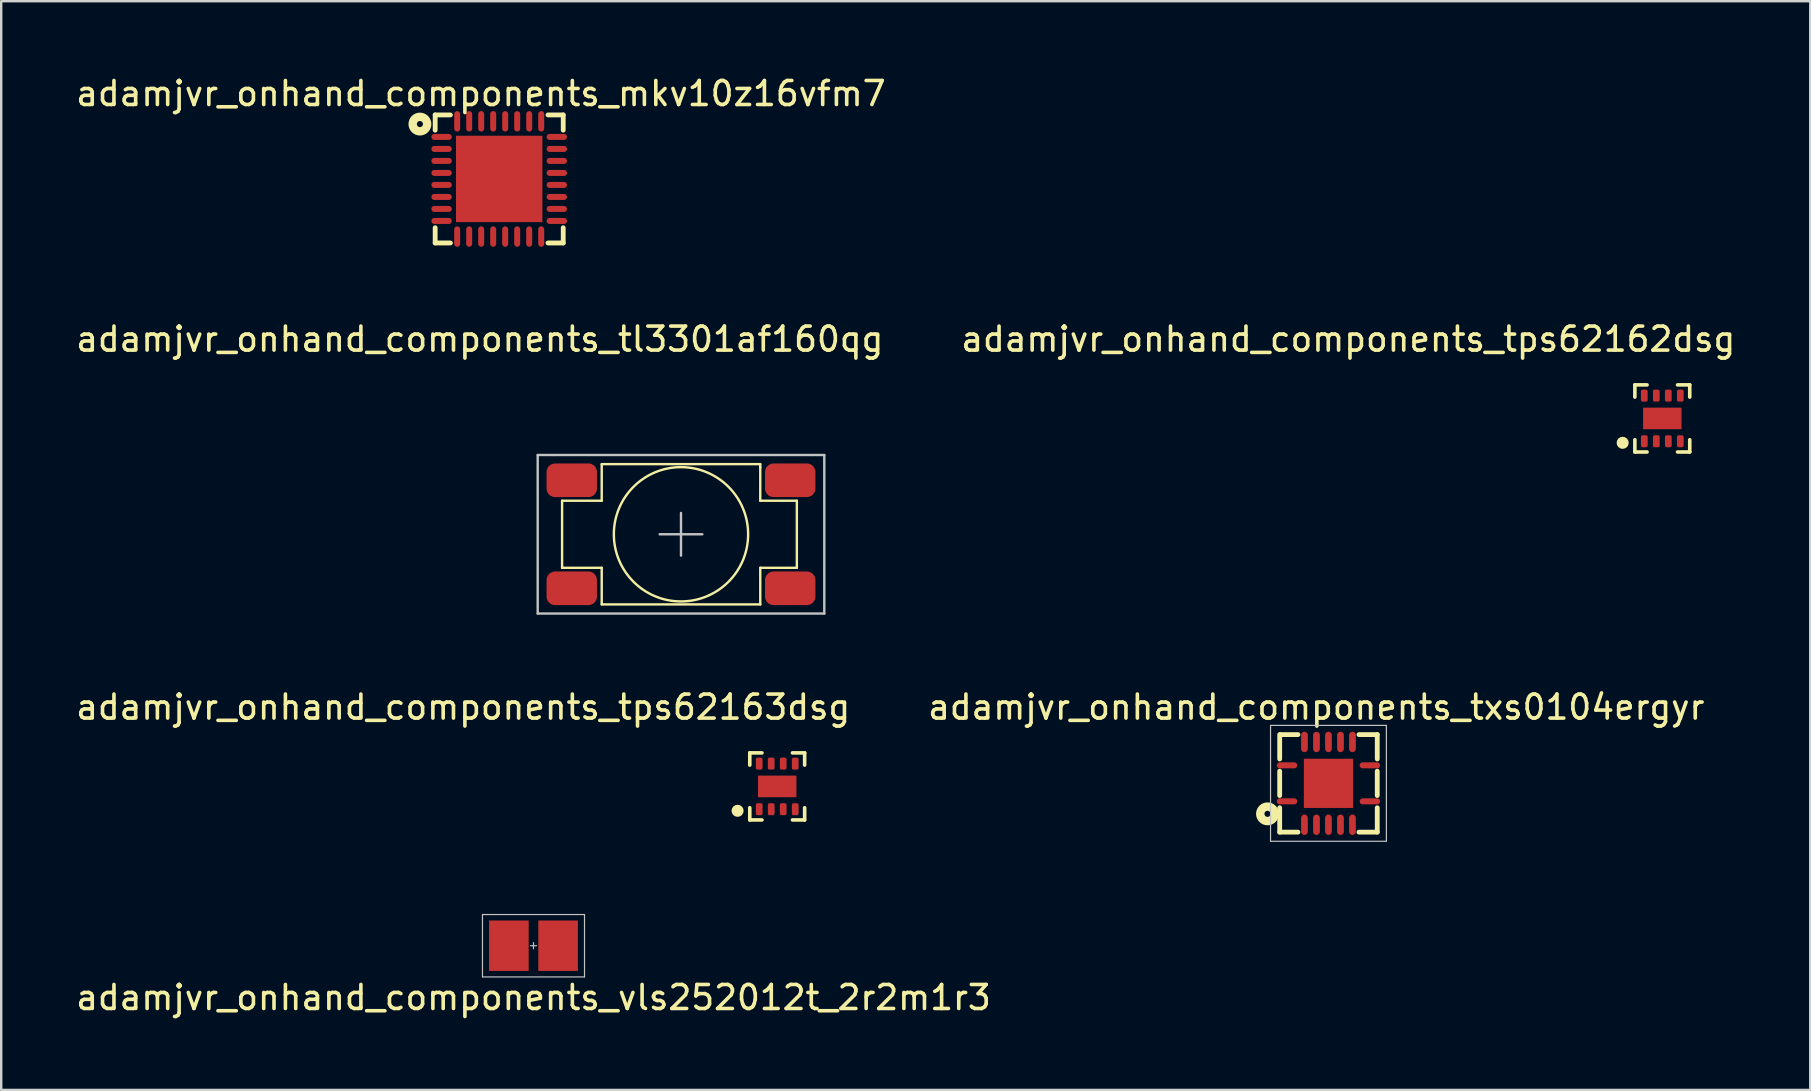
<source format=kicad_pcb>
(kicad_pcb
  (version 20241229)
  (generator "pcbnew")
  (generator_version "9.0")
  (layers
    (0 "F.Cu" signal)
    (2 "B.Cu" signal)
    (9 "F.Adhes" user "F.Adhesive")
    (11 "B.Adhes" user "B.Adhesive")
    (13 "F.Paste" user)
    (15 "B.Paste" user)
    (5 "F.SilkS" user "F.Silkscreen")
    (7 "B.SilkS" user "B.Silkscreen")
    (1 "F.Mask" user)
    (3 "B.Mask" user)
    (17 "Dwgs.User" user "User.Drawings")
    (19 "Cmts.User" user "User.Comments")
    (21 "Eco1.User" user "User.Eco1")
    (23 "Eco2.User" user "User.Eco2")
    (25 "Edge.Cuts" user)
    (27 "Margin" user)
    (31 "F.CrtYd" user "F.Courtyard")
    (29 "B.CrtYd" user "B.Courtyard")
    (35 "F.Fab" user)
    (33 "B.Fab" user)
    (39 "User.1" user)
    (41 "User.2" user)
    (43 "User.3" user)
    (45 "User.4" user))
  (footprint "adamjvr_onhand_components_tl3301af160qg"
    (layer "F.Cu")
    (at 25.317 19.206)
    (property "Reference" "adamjvr_onhand_components_tl3301af160qg" (at -8.382 -8.128 0) (layer "F.SilkS") (effects (font (size 1 1) (thickness 0.15))))
    (attr through_hole)
    (fp_line (start -4.953 -1.397) (end -4.953 1.397) (stroke (width 0.1) (type solid)) (layer "F.SilkS"))
    (fp_line (start -4.953 1.397) (end -3.302 1.397) (stroke (width 0.1) (type solid)) (layer "F.SilkS"))
    (fp_line (start -3.302 -2.921) (end -3.302 -1.397) (stroke (width 0.1) (type solid)) (layer "F.SilkS"))
    (fp_line (start -3.302 -1.397) (end -4.953 -1.397) (stroke (width 0.1) (type solid)) (layer "F.SilkS"))
    (fp_line (start -3.302 1.397) (end -3.302 2.921) (stroke (width 0.1) (type solid)) (layer "F.SilkS"))
    (fp_line (start -3.302 2.921) (end 3.302 2.921) (stroke (width 0.1) (type solid)) (layer "F.SilkS"))
    (fp_line (start 3.302 -2.921) (end -3.302 -2.921) (stroke (width 0.1) (type solid)) (layer "F.SilkS"))
    (fp_line (start 3.302 -2.794) (end 3.302 -2.921) (stroke (width 0.1) (type solid)) (layer "F.SilkS"))
    (fp_line (start 3.302 -1.397) (end 3.302 -2.794) (stroke (width 0.1) (type solid)) (layer "F.SilkS"))
    (fp_line (start 3.302 1.397) (end 4.826 1.397) (stroke (width 0.1) (type solid)) (layer "F.SilkS"))
    (fp_line (start 3.302 2.921) (end 3.302 1.397) (stroke (width 0.1) (type solid)) (layer "F.SilkS"))
    (fp_line (start 4.826 -1.397) (end 3.302 -1.397) (stroke (width 0.1) (type solid)) (layer "F.SilkS"))
    (fp_line (start 4.826 1.397) (end 4.826 -1.397) (stroke (width 0.1) (type solid)) (layer "F.SilkS"))
    (fp_circle (center 0 0) (end 2.159 1.778) (stroke (width 0.1) (type solid)) (fill no) (layer "F.SilkS"))
    (fp_line (start -5.969 -3.302) (end 5.969 -3.302) (stroke (width 0.1) (type solid)) (layer "Dwgs.User"))
    (fp_line (start -5.969 3.302) (end -5.969 -3.302) (stroke (width 0.1) (type solid)) (layer "Dwgs.User"))
    (fp_line (start 0 -0.889) (end 0 0.889) (stroke (width 0.1) (type solid)) (layer "Dwgs.User"))
    (fp_line (start 0.889 0) (end -0.889 0) (stroke (width 0.1) (type solid)) (layer "Dwgs.User"))
    (fp_line (start 5.969 -3.302) (end 5.969 3.302) (stroke (width 0.1) (type solid)) (layer "Dwgs.User"))
    (fp_line (start 5.969 3.302) (end -5.969 3.302) (stroke (width 0.1) (type solid)) (layer "Dwgs.User"))
    (pad "1" smd roundrect (at -4.55 -2.25) (size 2.1 1.4) (layers "F.Cu" "F.Mask" "F.Paste") (roundrect_rratio 0.25))
    (pad "1" smd roundrect (at 4.55 -2.25) (size 2.1 1.4) (layers "F.Cu" "F.Mask" "F.Paste") (roundrect_rratio 0.25))
    (pad "2" smd roundrect (at -4.55 2.25) (size 2.1 1.4) (layers "F.Cu" "F.Mask" "F.Paste") (roundrect_rratio 0.25))
    (pad "2" smd roundrect (at 4.55 2.25) (size 2.1 1.4) (layers "F.Cu" "F.Mask" "F.Paste") (roundrect_rratio 0.25)))
  (footprint "adamjvr_onhand_components_tps62162dsg"
    (layer "F.Cu")
    (at 66.194 14.38)
    (property "Reference" "adamjvr_onhand_components_tps62162dsg" (at -13.081 -3.302 0) (layer "F.SilkS") (effects (font (size 1 1) (thickness 0.15))))
    (attr through_hole)
    (fp_line (start -1.143 -1.397) (end -1.143 -0.889) (stroke (width 0.15) (type solid)) (layer "F.SilkS"))
    (fp_line (start -1.143 1.397) (end -1.143 0.889) (stroke (width 0.15) (type solid)) (layer "F.SilkS"))
    (fp_line (start -0.635 -1.397) (end -1.143 -1.397) (stroke (width 0.15) (type solid)) (layer "F.SilkS"))
    (fp_line (start -0.635 1.397) (end -1.143 1.397) (stroke (width 0.15) (type solid)) (layer "F.SilkS"))
    (fp_line (start 0.635 -1.397) (end 1.143 -1.397) (stroke (width 0.15) (type solid)) (layer "F.SilkS"))
    (fp_line (start 1.143 -1.397) (end 1.143 -0.889) (stroke (width 0.15) (type solid)) (layer "F.SilkS"))
    (fp_line (start 1.143 0.889) (end 1.143 1.397) (stroke (width 0.15) (type solid)) (layer "F.SilkS"))
    (fp_line (start 1.143 1.397) (end 0.635 1.397) (stroke (width 0.15) (type solid)) (layer "F.SilkS"))
    (fp_circle (center -1.651 1.016) (end -1.524 1.016) (stroke (width 0.25) (type solid)) (fill no) (layer "F.SilkS"))
    (fp_line (start -1 -1) (end -1 1) (stroke (width 0.05) (type solid)) (layer "Eco1.User"))
    (fp_line (start -1 1) (end 1 1) (stroke (width 0.05) (type solid)) (layer "Eco1.User"))
    (fp_line (start 1 -1) (end -1 -1) (stroke (width 0.05) (type solid)) (layer "Eco1.User"))
    (fp_line (start 1 1) (end 1 -1) (stroke (width 0.05) (type solid)) (layer "Eco1.User"))
    (pad "1" smd roundrect (at -0.75 0.95) (size 0.28 0.5) (layers "F.Cu" "F.Mask" "F.Paste") (roundrect_rratio 0.25))
    (pad "2" smd roundrect (at -0.25 0.95) (size 0.28 0.5) (layers "F.Cu" "F.Mask" "F.Paste") (roundrect_rratio 0.25))
    (pad "3" smd roundrect (at 0.25 0.95) (size 0.28 0.5) (layers "F.Cu" "F.Mask" "F.Paste") (roundrect_rratio 0.25))
    (pad "4" smd roundrect (at 0.75 0.95) (size 0.28 0.5) (layers "F.Cu" "F.Mask" "F.Paste") (roundrect_rratio 0.25))
    (pad "5" smd roundrect (at 0.75 -0.95) (size 0.28 0.5) (layers "F.Cu" "F.Mask" "F.Paste") (roundrect_rratio 0.25))
    (pad "6" smd roundrect (at 0.25 -0.95) (size 0.28 0.5) (layers "F.Cu" "F.Mask" "F.Paste") (roundrect_rratio 0.25))
    (pad "7" smd roundrect (at -0.25 -0.95) (size 0.28 0.5) (layers "F.Cu" "F.Mask" "F.Paste") (roundrect_rratio 0.25))
    (pad "8" smd roundrect (at -0.75 -0.95) (size 0.28 0.5) (layers "F.Cu" "F.Mask" "F.Paste") (roundrect_rratio 0.25))
    (pad "9" smd rect (at 0 0) (size 1.6 0.9) (layers "F.Cu" "F.Mask" "F.Paste")))
  (footprint "adamjvr_onhand_components_tps62163dsg"
    (layer "F.Cu")
    (at 29.325 29.708)
    (property "Reference" "adamjvr_onhand_components_tps62163dsg" (at -13.081 -3.302 0) (layer "F.SilkS") (effects (font (size 1 1) (thickness 0.15))))
    (attr through_hole)
    (fp_line (start -1.143 -1.397) (end -1.143 -0.889) (stroke (width 0.15) (type solid)) (layer "F.SilkS"))
    (fp_line (start -1.143 1.397) (end -1.143 0.889) (stroke (width 0.15) (type solid)) (layer "F.SilkS"))
    (fp_line (start -0.635 -1.397) (end -1.143 -1.397) (stroke (width 0.15) (type solid)) (layer "F.SilkS"))
    (fp_line (start -0.635 1.397) (end -1.143 1.397) (stroke (width 0.15) (type solid)) (layer "F.SilkS"))
    (fp_line (start 0.635 -1.397) (end 1.143 -1.397) (stroke (width 0.15) (type solid)) (layer "F.SilkS"))
    (fp_line (start 1.143 -1.397) (end 1.143 -0.889) (stroke (width 0.15) (type solid)) (layer "F.SilkS"))
    (fp_line (start 1.143 0.889) (end 1.143 1.397) (stroke (width 0.15) (type solid)) (layer "F.SilkS"))
    (fp_line (start 1.143 1.397) (end 0.635 1.397) (stroke (width 0.15) (type solid)) (layer "F.SilkS"))
    (fp_circle (center -1.651 1.016) (end -1.524 1.016) (stroke (width 0.25) (type solid)) (fill no) (layer "F.SilkS"))
    (fp_line (start -1 -1) (end -1 1) (stroke (width 0.05) (type solid)) (layer "Eco1.User"))
    (fp_line (start -1 1) (end 1 1) (stroke (width 0.05) (type solid)) (layer "Eco1.User"))
    (fp_line (start 1 -1) (end -1 -1) (stroke (width 0.05) (type solid)) (layer "Eco1.User"))
    (fp_line (start 1 1) (end 1 -1) (stroke (width 0.05) (type solid)) (layer "Eco1.User"))
    (pad "1" smd roundrect (at -0.75 0.95) (size 0.28 0.5) (layers "F.Cu" "F.Mask" "F.Paste") (roundrect_rratio 0.25))
    (pad "2" smd roundrect (at -0.25 0.95) (size 0.28 0.5) (layers "F.Cu" "F.Mask" "F.Paste") (roundrect_rratio 0.25))
    (pad "3" smd roundrect (at 0.25 0.95) (size 0.28 0.5) (layers "F.Cu" "F.Mask" "F.Paste") (roundrect_rratio 0.25))
    (pad "4" smd roundrect (at 0.75 0.95) (size 0.28 0.5) (layers "F.Cu" "F.Mask" "F.Paste") (roundrect_rratio 0.25))
    (pad "5" smd roundrect (at 0.75 -0.95) (size 0.28 0.5) (layers "F.Cu" "F.Mask" "F.Paste") (roundrect_rratio 0.25))
    (pad "6" smd roundrect (at 0.25 -0.95) (size 0.28 0.5) (layers "F.Cu" "F.Mask" "F.Paste") (roundrect_rratio 0.25))
    (pad "7" smd roundrect (at -0.25 -0.95) (size 0.28 0.5) (layers "F.Cu" "F.Mask" "F.Paste") (roundrect_rratio 0.25))
    (pad "8" smd roundrect (at -0.75 -0.95) (size 0.28 0.5) (layers "F.Cu" "F.Mask" "F.Paste") (roundrect_rratio 0.25))
    (pad "9" smd rect (at 0 0) (size 1.6 0.9) (layers "F.Cu" "F.Mask" "F.Paste")))
  (footprint "adamjvr_onhand_components_vls252012t_2r2m1r3"
    (layer "F.Cu")
    (at 19.173 36.344)
    (property "Reference" "adamjvr_onhand_components_vls252012t_2r2m1r3" (at 0 2.159 0) (layer "F.SilkS") (effects (font (size 1 1) (thickness 0.15))))
    (attr through_hole)
    (fp_line (start -2.125 -1.3) (end -2.125 1.3) (stroke (width 0.05) (type solid)) (layer "Dwgs.User"))
    (fp_line (start -2.125 1.3) (end 2.125 1.3) (stroke (width 0.05) (type solid)) (layer "Dwgs.User"))
    (fp_line (start 0 -0.127) (end 0 0.127) (stroke (width 0.05) (type solid)) (layer "Dwgs.User"))
    (fp_line (start 0.127 0) (end -0.127 0) (stroke (width 0.05) (type solid)) (layer "Dwgs.User"))
    (fp_line (start 2.125 -1.3) (end -2.125 -1.3) (stroke (width 0.05) (type solid)) (layer "Dwgs.User"))
    (fp_line (start 2.125 1.3) (end 2.125 -1.3) (stroke (width 0.05) (type solid)) (layer "Dwgs.User"))
    (fp_line (start -1.3 -1.05) (end 1.3 -1.05) (stroke (width 0.05) (type solid)) (layer "Eco1.User"))
    (fp_line (start -1.3 1.05) (end -1.3 -1.05) (stroke (width 0.05) (type solid)) (layer "Eco1.User"))
    (fp_line (start 1.3 -1.05) (end 1.3 1.05) (stroke (width 0.05) (type solid)) (layer "Eco1.User"))
    (fp_line (start 1.3 1.05) (end -1.3 1.05) (stroke (width 0.05) (type solid)) (layer "Eco1.User"))
    (pad "1" smd rect (at -1.025 0) (size 1.65 2.1) (layers "F.Cu" "F.Mask" "F.Paste"))
    (pad "2" smd rect (at 1.025 0) (size 1.65 2.1) (layers "F.Cu" "F.Mask" "F.Paste")))
  (footprint "adamjvr_onhand_components_mkv10z16vfm7"
    (layer "F.Cu")
    (at 17.744 4.404)
    (property "Reference" "adamjvr_onhand_components_mkv10z16vfm7" (at -0.762 -3.556 0) (layer "F.SilkS") (effects (font (size 1 1) (thickness 0.15))))
    (attr through_hole)
    (fp_line (start -2.667 -2.667) (end -2.032 -2.667) (stroke (width 0.2) (type solid)) (layer "F.SilkS"))
    (fp_line (start -2.667 -2.032) (end -2.667 -2.667) (stroke (width 0.2) (type solid)) (layer "F.SilkS"))
    (fp_line (start -2.667 2.667) (end -2.667 2.032) (stroke (width 0.2) (type solid)) (layer "F.SilkS"))
    (fp_line (start -2.032 2.667) (end -2.667 2.667) (stroke (width 0.2) (type solid)) (layer "F.SilkS"))
    (fp_line (start 2.032 -2.667) (end 2.667 -2.667) (stroke (width 0.2) (type solid)) (layer "F.SilkS"))
    (fp_line (start 2.667 -2.667) (end 2.667 -2.032) (stroke (width 0.2) (type solid)) (layer "F.SilkS"))
    (fp_line (start 2.667 2.032) (end 2.667 2.667) (stroke (width 0.2) (type solid)) (layer "F.SilkS"))
    (fp_line (start 2.667 2.667) (end 2.032 2.667) (stroke (width 0.2) (type solid)) (layer "F.SilkS"))
    (fp_circle (center -3.302 -2.286) (end -3.302 -2.159) (stroke (width 0.35) (type solid)) (fill no) (layer "F.SilkS"))
    (fp_line (start -2.5 -2.5) (end 2.5 -2.5) (stroke (width 0.05) (type solid)) (layer "Eco1.User"))
    (fp_line (start -2.5 2.5) (end -2.5 -2.5) (stroke (width 0.05) (type solid)) (layer "Eco1.User"))
    (fp_line (start 2.5 -2.5) (end 2.5 2.5) (stroke (width 0.05) (type solid)) (layer "Eco1.User"))
    (fp_line (start 2.5 2.5) (end -2.5 2.5) (stroke (width 0.05) (type solid)) (layer "Eco1.User"))
    (pad "1" smd oval (at -2.4 -1.75) (size 0.85 0.25) (layers "F.Cu" "F.Mask" "F.Paste"))
    (pad "2" smd oval (at -2.4 -1.25) (size 0.85 0.25) (layers "F.Cu" "F.Mask" "F.Paste"))
    (pad "3" smd oval (at -2.4 -0.75) (size 0.85 0.25) (layers "F.Cu" "F.Mask" "F.Paste"))
    (pad "4" smd oval (at -2.4 -0.25) (size 0.85 0.25) (layers "F.Cu" "F.Mask" "F.Paste"))
    (pad "5" smd oval (at -2.4 0.25) (size 0.85 0.25) (layers "F.Cu" "F.Mask" "F.Paste"))
    (pad "6" smd oval (at -2.4 0.75) (size 0.85 0.25) (layers "F.Cu" "F.Mask" "F.Paste"))
    (pad "7" smd oval (at -2.4 1.25) (size 0.85 0.25) (layers "F.Cu" "F.Mask" "F.Paste"))
    (pad "8" smd oval (at -2.4 1.75) (size 0.85 0.25) (layers "F.Cu" "F.Mask" "F.Paste"))
    (pad "9" smd oval (at -1.75 2.4) (size 0.25 0.85) (layers "F.Cu" "F.Mask" "F.Paste"))
    (pad "10" smd oval (at -1.25 2.4) (size 0.25 0.85) (layers "F.Cu" "F.Mask" "F.Paste"))
    (pad "11" smd oval (at -0.75 2.4) (size 0.25 0.85) (layers "F.Cu" "F.Mask" "F.Paste"))
    (pad "12" smd oval (at -0.25 2.4) (size 0.25 0.85) (layers "F.Cu" "F.Mask" "F.Paste"))
    (pad "13" smd oval (at 0.25 2.4) (size 0.25 0.85) (layers "F.Cu" "F.Mask" "F.Paste"))
    (pad "14" smd oval (at 0.75 2.4) (size 0.25 0.85) (layers "F.Cu" "F.Mask" "F.Paste"))
    (pad "15" smd oval (at 1.25 2.4) (size 0.25 0.85) (layers "F.Cu" "F.Mask" "F.Paste"))
    (pad "16" smd oval (at 1.75 2.4) (size 0.25 0.85) (layers "F.Cu" "F.Mask" "F.Paste"))
    (pad "17" smd oval (at 2.4 1.75) (size 0.85 0.25) (layers "F.Cu" "F.Mask" "F.Paste"))
    (pad "18" smd oval (at 2.4 1.25) (size 0.85 0.25) (layers "F.Cu" "F.Mask" "F.Paste"))
    (pad "19" smd oval (at 2.4 0.75) (size 0.85 0.25) (layers "F.Cu" "F.Mask" "F.Paste"))
    (pad "20" smd oval (at 2.4 0.25) (size 0.85 0.25) (layers "F.Cu" "F.Mask" "F.Paste"))
    (pad "21" smd oval (at 2.4 -0.25) (size 0.85 0.25) (layers "F.Cu" "F.Mask" "F.Paste"))
    (pad "22" smd oval (at 2.4 -0.75) (size 0.85 0.25) (layers "F.Cu" "F.Mask" "F.Paste"))
    (pad "23" smd oval (at 2.4 -1.25) (size 0.85 0.25) (layers "F.Cu" "F.Mask" "F.Paste"))
    (pad "24" smd oval (at 2.4 -1.75) (size 0.85 0.25) (layers "F.Cu" "F.Mask" "F.Paste"))
    (pad "25" smd oval (at 1.75 -2.4) (size 0.25 0.85) (layers "F.Cu" "F.Mask" "F.Paste"))
    (pad "26" smd oval (at 1.25 -2.4) (size 0.25 0.85) (layers "F.Cu" "F.Mask" "F.Paste"))
    (pad "27" smd oval (at 0.75 -2.4) (size 0.25 0.85) (layers "F.Cu" "F.Mask" "F.Paste"))
    (pad "28" smd oval (at 0.25 -2.4) (size 0.25 0.85) (layers "F.Cu" "F.Mask" "F.Paste"))
    (pad "29" smd oval (at -0.25 -2.4) (size 0.25 0.85) (layers "F.Cu" "F.Mask" "F.Paste"))
    (pad "30" smd oval (at -0.75 -2.4) (size 0.25 0.85) (layers "F.Cu" "F.Mask" "F.Paste"))
    (pad "31" smd oval (at -1.25 -2.4) (size 0.25 0.85) (layers "F.Cu" "F.Mask" "F.Paste"))
    (pad "32" smd oval (at -1.75 -2.4) (size 0.25 0.85) (layers "F.Cu" "F.Mask" "F.Paste"))
    (pad "33" smd rect (at 0 0) (size 3.6 3.6) (layers "F.Cu" "F.Mask" "F.Paste")))
  (footprint "adamjvr_onhand_components_txs0104ergyr"
    (layer "F.Cu")
    (at 52.288 29.581)
    (property "Reference" "adamjvr_onhand_components_txs0104ergyr" (at -0.508 -3.175 0) (layer "F.SilkS") (effects (font (size 1 1) (thickness 0.15))))
    (attr through_hole)
    (fp_line (start -2.032 -1.016) (end -2.032 -2.032) (stroke (width 0.2) (type solid)) (layer "F.SilkS"))
    (fp_line (start -2.032 -0.508) (end -2.032 0.508) (stroke (width 0.2) (type solid)) (layer "F.SilkS"))
    (fp_line (start -2.032 2.032) (end -2.032 1.016) (stroke (width 0.2) (type solid)) (layer "F.SilkS"))
    (fp_line (start -2 -2.032) (end -1.27 -2.032) (stroke (width 0.2) (type solid)) (layer "F.SilkS"))
    (fp_line (start -1.27 2.032) (end -2.032 2.032) (stroke (width 0.2) (type solid)) (layer "F.SilkS"))
    (fp_line (start 1.27 -2.032) (end 2.032 -2.032) (stroke (width 0.2) (type solid)) (layer "F.SilkS"))
    (fp_line (start 2.032 -2.032) (end 2.032 -1.016) (stroke (width 0.2) (type solid)) (layer "F.SilkS"))
    (fp_line (start 2.032 0.508) (end 2.032 -0.508) (stroke (width 0.2) (type solid)) (layer "F.SilkS"))
    (fp_line (start 2.032 1.016) (end 2.032 2.032) (stroke (width 0.2) (type solid)) (layer "F.SilkS"))
    (fp_line (start 2.032 2.032) (end 1.27 2.032) (stroke (width 0.2) (type solid)) (layer "F.SilkS"))
    (fp_circle (center -2.54 1.27) (end -2.54 1.397) (stroke (width 0.35) (type solid)) (fill no) (layer "F.SilkS"))
    (fp_line (start -2.413 -2.413) (end -2.413 2.413) (stroke (width 0.05) (type solid)) (layer "Dwgs.User"))
    (fp_line (start -2.413 2.413) (end 2.413 2.413) (stroke (width 0.05) (type solid)) (layer "Dwgs.User"))
    (fp_line (start 2.413 -2.413) (end -2.413 -2.413) (stroke (width 0.05) (type solid)) (layer "Dwgs.User"))
    (fp_line (start 2.413 2.413) (end 2.413 -2.413) (stroke (width 0.05) (type solid)) (layer "Dwgs.User"))
    (fp_line (start -1.825 -1.825) (end 1.825 -1.825) (stroke (width 0.05) (type solid)) (layer "Eco1.User"))
    (fp_line (start -1.825 1.825) (end -1.825 -1.825) (stroke (width 0.05) (type solid)) (layer "Eco1.User"))
    (fp_line (start 1.825 -1.825) (end 1.825 1.825) (stroke (width 0.05) (type solid)) (layer "Eco1.User"))
    (fp_line (start 1.825 1.825) (end -1.825 1.825) (stroke (width 0.05) (type solid)) (layer "Eco1.User"))
    (pad "1" smd oval (at -1.725 0.75) (size 0.85 0.25) (layers "F.Cu" "F.Mask" "F.Paste"))
    (pad "2" smd oval (at -1 1.725) (size 0.28 0.85) (layers "F.Cu" "F.Mask" "F.Paste"))
    (pad "3" smd oval (at -0.5 1.725) (size 0.28 0.85) (layers "F.Cu" "F.Mask" "F.Paste"))
    (pad "4" smd oval (at 0 1.725) (size 0.28 0.85) (layers "F.Cu" "F.Mask" "F.Paste"))
    (pad "5" smd oval (at 0.5 1.725) (size 0.28 0.85) (layers "F.Cu" "F.Mask" "F.Paste"))
    (pad "6" smd oval (at 1 1.725) (size 0.28 0.85) (layers "F.Cu" "F.Mask" "F.Paste"))
    (pad "7" smd oval (at 1.725 0.75) (size 0.85 0.25) (layers "F.Cu" "F.Mask" "F.Paste"))
    (pad "8" smd oval (at 1.725 -0.75) (size 0.85 0.25) (layers "F.Cu" "F.Mask" "F.Paste"))
    (pad "9" smd oval (at 1 -1.725) (size 0.28 0.85) (layers "F.Cu" "F.Mask" "F.Paste"))
    (pad "10" smd oval (at 0.5 -1.725) (size 0.28 0.85) (layers "F.Cu" "F.Mask" "F.Paste"))
    (pad "11" smd oval (at 0 -1.725) (size 0.28 0.85) (layers "F.Cu" "F.Mask" "F.Paste"))
    (pad "12" smd oval (at -0.5 -1.725) (size 0.28 0.85) (layers "F.Cu" "F.Mask" "F.Paste"))
    (pad "13" smd oval (at -1 -1.725) (size 0.28 0.85) (layers "F.Cu" "F.Mask" "F.Paste"))
    (pad "14" smd oval (at -1.725 -0.75) (size 0.85 0.25) (layers "F.Cu" "F.Mask" "F.Paste"))
    (pad "15" smd rect (at 0 0) (size 2.05 2.05) (layers "F.Cu" "F.Mask" "F.Paste")))
  (gr_rect
    (start -3 -3)
    (end 72.357 42.351)
    (stroke (width 0.1) (type default))
    (fill no)
    (layer "Edge.Cuts")))
</source>
